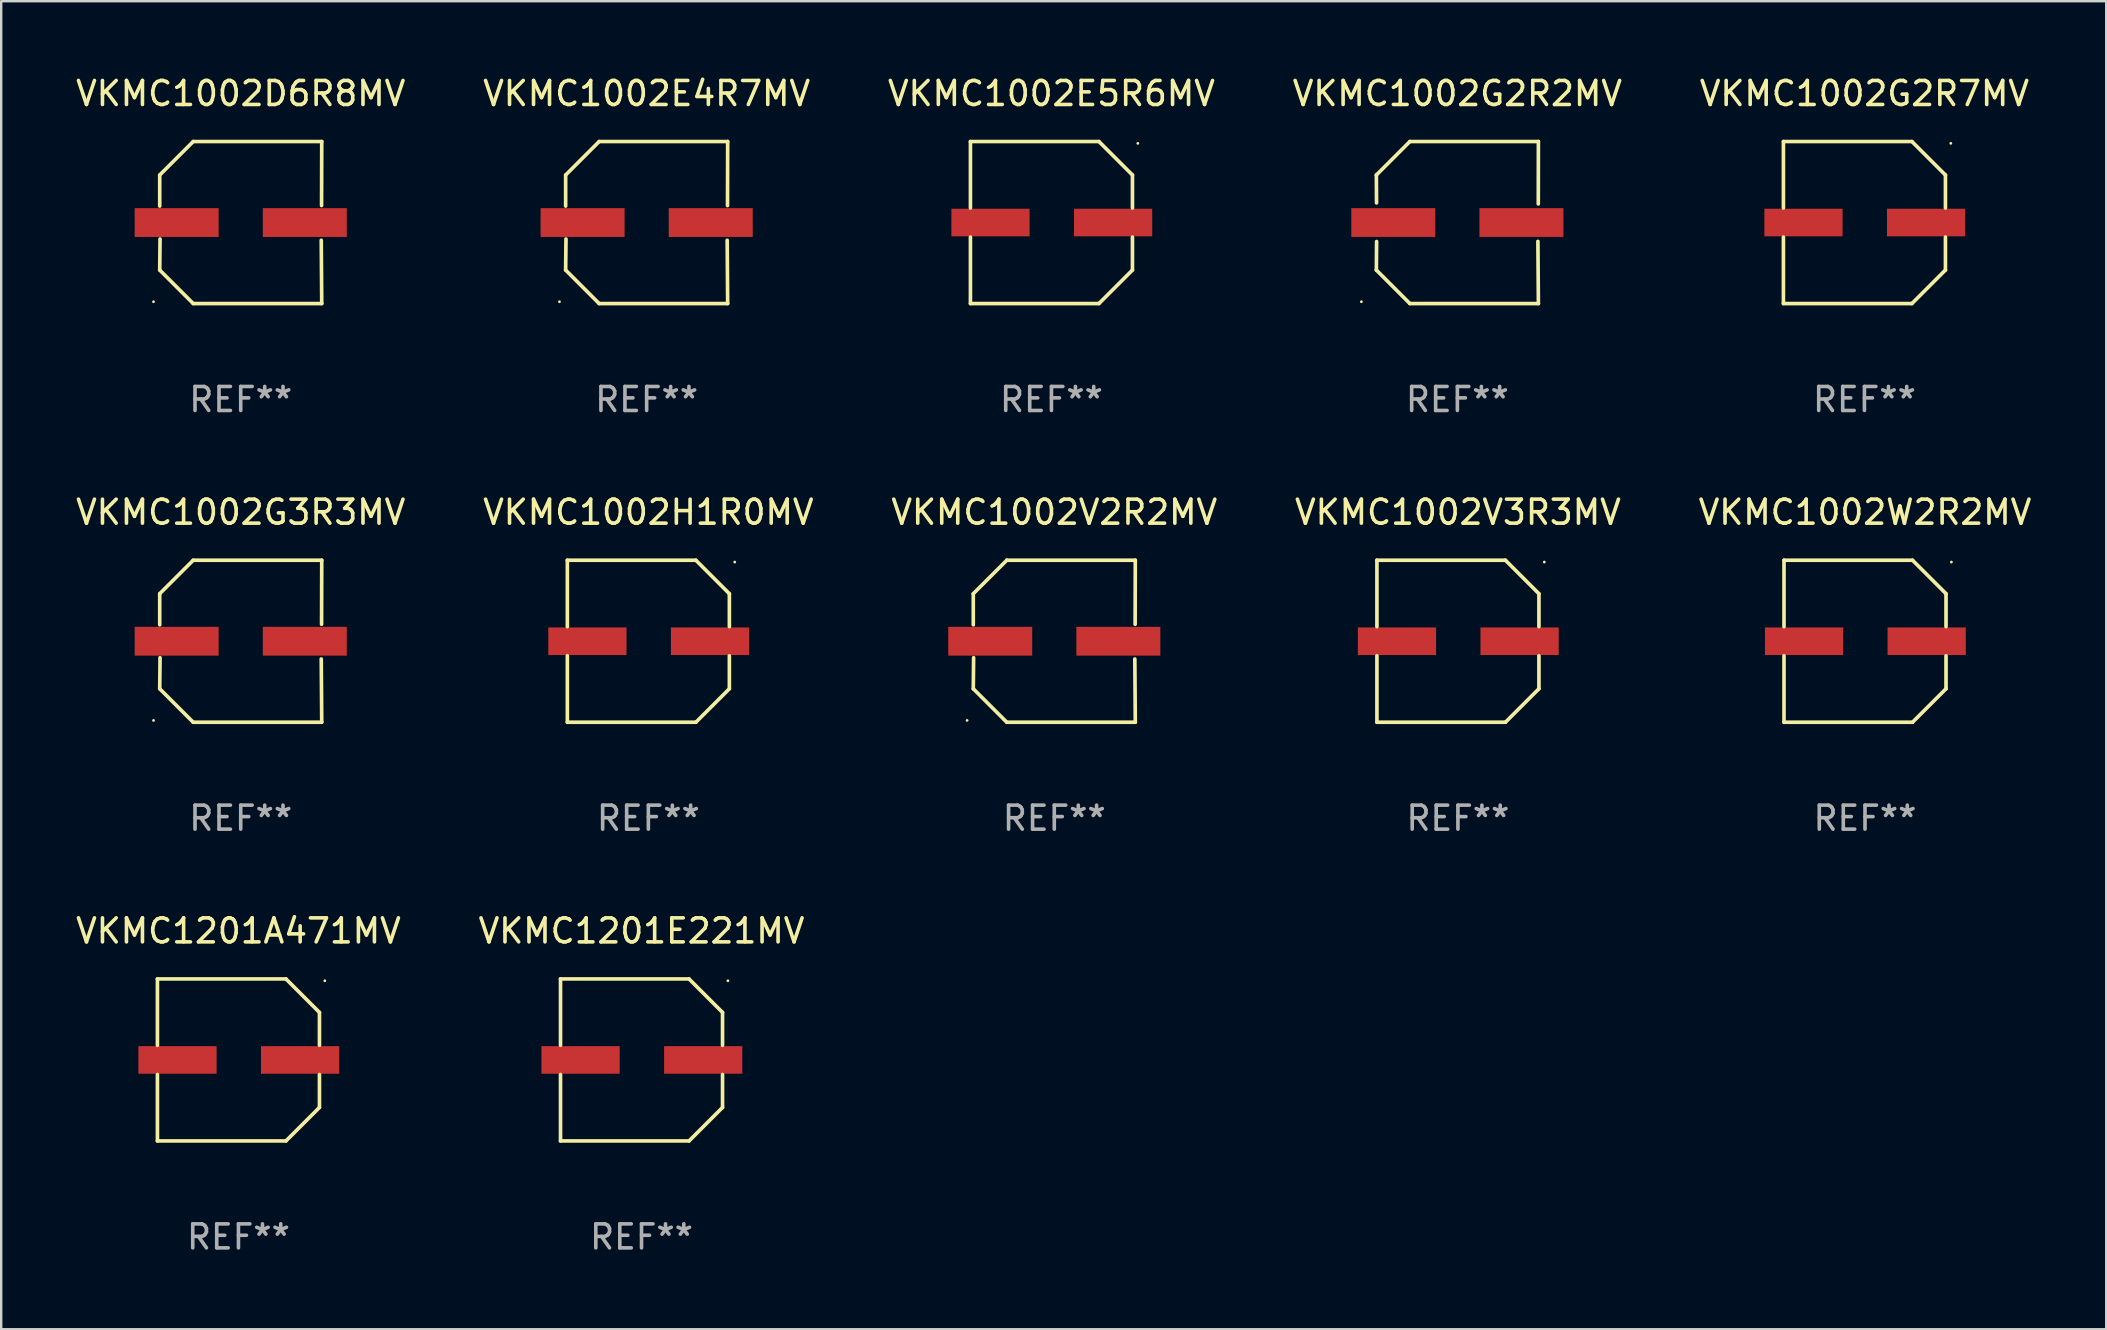
<source format=kicad_pcb>
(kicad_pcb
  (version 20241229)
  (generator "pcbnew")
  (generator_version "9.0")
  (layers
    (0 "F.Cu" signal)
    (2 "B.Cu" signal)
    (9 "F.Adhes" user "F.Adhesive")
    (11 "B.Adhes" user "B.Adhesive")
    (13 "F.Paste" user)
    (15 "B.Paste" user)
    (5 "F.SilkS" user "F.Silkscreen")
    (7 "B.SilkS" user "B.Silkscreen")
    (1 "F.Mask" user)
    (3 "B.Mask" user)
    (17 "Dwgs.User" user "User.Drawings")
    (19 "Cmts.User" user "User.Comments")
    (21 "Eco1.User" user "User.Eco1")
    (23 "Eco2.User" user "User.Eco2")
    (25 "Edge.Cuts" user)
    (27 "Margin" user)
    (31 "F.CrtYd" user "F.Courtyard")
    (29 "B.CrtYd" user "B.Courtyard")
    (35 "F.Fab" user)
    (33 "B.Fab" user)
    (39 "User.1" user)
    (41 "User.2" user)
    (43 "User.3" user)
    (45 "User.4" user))
  (footprint "VKMC1002E5R6MV"
    (layer "F.Cu")
    (at 40.768 6.224)
    (property "Reference" "VKMC1002E5R6MV" (at 0 -5.376 0) (layer "F.SilkS") (effects (font (size 1 1) (thickness 0.15))))
    (attr through_hole)
    (fp_line (start -3.376 -3.376) (end 1.98 -3.376) (stroke (width 0.152) (type solid)) (layer "F.SilkS"))
    (fp_line (start -3.376 -0.607) (end -3.376 -3.376) (stroke (width 0.152) (type solid)) (layer "F.SilkS"))
    (fp_line (start -3.376 0.607) (end -3.376 3.376) (stroke (width 0.152) (type solid)) (layer "F.SilkS"))
    (fp_line (start -3.376 3.376) (end 1.98 3.376) (stroke (width 0.152) (type solid)) (layer "F.SilkS"))
    (fp_line (start 1.98 -3.376) (end 3.376 -1.98) (stroke (width 0.152) (type solid)) (layer "F.SilkS"))
    (fp_line (start 1.98 3.376) (end 3.376 1.98) (stroke (width 0.152) (type solid)) (layer "F.SilkS"))
    (fp_line (start 3.376 -1.98) (end 3.376 -0.607) (stroke (width 0.152) (type solid)) (layer "F.SilkS"))
    (fp_line (start 3.376 1.98) (end 3.376 0.607) (stroke (width 0.152) (type solid)) (layer "F.SilkS"))
    (fp_circle (center 3.6 -3.3) (end 3.63 -3.3) (stroke (width 0.06) (type solid)) (fill no) (layer "F.SilkS"))
    (fp_text user "REF**" (at 0 7.376 0) (layer "F.Fab") (effects (font (size 1 1) (thickness 0.15))))
    (pad "1" smd rect (at 2.57 0 180) (size 3.26 1.15) (layers "F.Cu" "F.Mask" "F.Paste"))
    (pad "2" smd rect (at -2.54 0 180) (size 3.26 1.15) (layers "F.Cu" "F.Mask" "F.Paste")))
  (footprint "VKMC1002G2R7MV"
    (layer "F.Cu")
    (at 74.649 6.224)
    (property "Reference" "VKMC1002G2R7MV" (at 0 -5.376 0) (layer "F.SilkS") (effects (font (size 1 1) (thickness 0.15))))
    (attr through_hole)
    (fp_line (start -3.376 -3.376) (end 1.98 -3.376) (stroke (width 0.152) (type solid)) (layer "F.SilkS"))
    (fp_line (start -3.376 -0.607) (end -3.376 -3.376) (stroke (width 0.152) (type solid)) (layer "F.SilkS"))
    (fp_line (start -3.376 0.607) (end -3.376 3.376) (stroke (width 0.152) (type solid)) (layer "F.SilkS"))
    (fp_line (start -3.376 3.376) (end 1.98 3.376) (stroke (width 0.152) (type solid)) (layer "F.SilkS"))
    (fp_line (start 1.98 -3.376) (end 3.376 -1.98) (stroke (width 0.152) (type solid)) (layer "F.SilkS"))
    (fp_line (start 1.98 3.376) (end 3.376 1.98) (stroke (width 0.152) (type solid)) (layer "F.SilkS"))
    (fp_line (start 3.376 -1.98) (end 3.376 -0.607) (stroke (width 0.152) (type solid)) (layer "F.SilkS"))
    (fp_line (start 3.376 1.98) (end 3.376 0.607) (stroke (width 0.152) (type solid)) (layer "F.SilkS"))
    (fp_circle (center 3.6 -3.3) (end 3.63 -3.3) (stroke (width 0.06) (type solid)) (fill no) (layer "F.SilkS"))
    (fp_text user "REF**" (at 0 7.376 0) (layer "F.Fab") (effects (font (size 1 1) (thickness 0.15))))
    (pad "1" smd rect (at 2.57 0 180) (size 3.26 1.15) (layers "F.Cu" "F.Mask" "F.Paste"))
    (pad "2" smd rect (at -2.54 0 180) (size 3.26 1.15) (layers "F.Cu" "F.Mask" "F.Paste")))
  (footprint "VKMC1002D6R8MV"
    (layer "F.Cu")
    (at 6.982 6.224)
    (property "Reference" "VKMC1002D6R8MV" (at 0 -5.376 0) (layer "F.SilkS") (effects (font (size 1 1) (thickness 0.15))))
    (attr through_hole)
    (fp_line (start -3.376 -1.98) (end -3.376 -0.686) (stroke (width 0.152) (type solid)) (layer "F.SilkS"))
    (fp_line (start -3.376 1.981) (end -3.362 0.686) (stroke (width 0.152) (type solid)) (layer "F.SilkS"))
    (fp_line (start -1.981 3.376) (end -3.376 1.981) (stroke (width 0.152) (type solid)) (layer "F.SilkS"))
    (fp_line (start -1.98 -3.376) (end -3.376 -1.98) (stroke (width 0.152) (type solid)) (layer "F.SilkS"))
    (fp_line (start 3.356 0.74) (end 3.376 3.376) (stroke (width 0.152) (type solid)) (layer "F.SilkS"))
    (fp_line (start 3.369 -0.707) (end 3.376 -3.376) (stroke (width 0.152) (type solid)) (layer "F.SilkS"))
    (fp_line (start 3.376 3.376) (end -1.981 3.376) (stroke (width 0.152) (type solid)) (layer "F.SilkS"))
    (fp_line (start 3.376 -3.376) (end -1.98 -3.376) (stroke (width 0.152) (type solid)) (layer "F.SilkS"))
    (fp_circle (center -3.634 3.3) (end -3.604 3.3) (stroke (width 0.06) (type solid)) (fill no) (layer "F.SilkS"))
    (fp_text user "REF**" (at 0 7.376 0) (layer "F.Fab") (effects (font (size 1 1) (thickness 0.15))))
    (pad "1" smd rect (at -2.67 0.000254) (size 3.5 1.2) (layers "F.Cu" "F.Mask" "F.Paste"))
    (pad "2" smd rect (at 2.67 0.000254) (size 3.5 1.2) (layers "F.Cu" "F.Mask" "F.Paste")))
  (footprint "VKMC1002V3R3MV"
    (layer "F.Cu")
    (at 57.708 23.673)
    (property "Reference" "VKMC1002V3R3MV" (at 0 -5.376 0) (layer "F.SilkS") (effects (font (size 1 1) (thickness 0.15))))
    (attr through_hole)
    (fp_line (start -3.376 -3.376) (end 1.98 -3.376) (stroke (width 0.152) (type solid)) (layer "F.SilkS"))
    (fp_line (start -3.376 -0.607) (end -3.376 -3.376) (stroke (width 0.152) (type solid)) (layer "F.SilkS"))
    (fp_line (start -3.376 0.607) (end -3.376 3.376) (stroke (width 0.152) (type solid)) (layer "F.SilkS"))
    (fp_line (start -3.376 3.376) (end 1.98 3.376) (stroke (width 0.152) (type solid)) (layer "F.SilkS"))
    (fp_line (start 1.98 -3.376) (end 3.376 -1.98) (stroke (width 0.152) (type solid)) (layer "F.SilkS"))
    (fp_line (start 1.98 3.376) (end 3.376 1.98) (stroke (width 0.152) (type solid)) (layer "F.SilkS"))
    (fp_line (start 3.376 -1.98) (end 3.376 -0.607) (stroke (width 0.152) (type solid)) (layer "F.SilkS"))
    (fp_line (start 3.376 1.98) (end 3.376 0.607) (stroke (width 0.152) (type solid)) (layer "F.SilkS"))
    (fp_circle (center 3.6 -3.3) (end 3.63 -3.3) (stroke (width 0.06) (type solid)) (fill no) (layer "F.SilkS"))
    (fp_text user "REF**" (at 0 7.376 0) (layer "F.Fab") (effects (font (size 1 1) (thickness 0.15))))
    (pad "1" smd rect (at 2.57 0 180) (size 3.26 1.15) (layers "F.Cu" "F.Mask" "F.Paste"))
    (pad "2" smd rect (at -2.54 0 180) (size 3.26 1.15) (layers "F.Cu" "F.Mask" "F.Paste")))
  (footprint "VKMC1002G2R2MV"
    (layer "F.Cu")
    (at 57.685 6.224)
    (property "Reference" "VKMC1002G2R2MV" (at 0 -5.376 0) (layer "F.SilkS") (effects (font (size 1 1) (thickness 0.15))))
    (attr through_hole)
    (fp_line (start -3.376 -1.98) (end -3.369 -0.819) (stroke (width 0.152) (type solid)) (layer "F.SilkS"))
    (fp_line (start -3.376 1.981) (end -3.366 0.791) (stroke (width 0.152) (type solid)) (layer "F.SilkS"))
    (fp_line (start -1.981 3.376) (end -3.376 1.981) (stroke (width 0.152) (type solid)) (layer "F.SilkS"))
    (fp_line (start -1.98 -3.376) (end -3.376 -1.98) (stroke (width 0.152) (type solid)) (layer "F.SilkS"))
    (fp_line (start 3.356 0.785) (end 3.376 3.376) (stroke (width 0.152) (type solid)) (layer "F.SilkS"))
    (fp_line (start 3.372 -0.776) (end 3.376 -3.376) (stroke (width 0.152) (type solid)) (layer "F.SilkS"))
    (fp_line (start 3.376 3.376) (end -1.981 3.376) (stroke (width 0.152) (type solid)) (layer "F.SilkS"))
    (fp_line (start 3.376 -3.376) (end -1.98 -3.376) (stroke (width 0.152) (type solid)) (layer "F.SilkS"))
    (fp_circle (center -4 3.3) (end -3.97 3.3) (stroke (width 0.06) (type solid)) (fill no) (layer "F.SilkS"))
    (fp_text user "REF**" (at 0 7.376 0) (layer "F.Fab") (effects (font (size 1 1) (thickness 0.15))))
    (pad "1" smd rect (at -2.67 0.000203) (size 3.5 1.2) (layers "F.Cu" "F.Mask" "F.Paste"))
    (pad "2" smd rect (at 2.67 0.000203) (size 3.5 1.2) (layers "F.Cu" "F.Mask" "F.Paste")))
  (footprint "VKMC1002G3R3MV"
    (layer "F.Cu")
    (at 6.982 23.673)
    (property "Reference" "VKMC1002G3R3MV" (at 0 -5.376 0) (layer "F.SilkS") (effects (font (size 1 1) (thickness 0.15))))
    (attr through_hole)
    (fp_line (start -3.376 -1.98) (end -3.376 -0.686) (stroke (width 0.152) (type solid)) (layer "F.SilkS"))
    (fp_line (start -3.376 1.981) (end -3.362 0.686) (stroke (width 0.152) (type solid)) (layer "F.SilkS"))
    (fp_line (start -1.981 3.376) (end -3.376 1.981) (stroke (width 0.152) (type solid)) (layer "F.SilkS"))
    (fp_line (start -1.98 -3.376) (end -3.376 -1.98) (stroke (width 0.152) (type solid)) (layer "F.SilkS"))
    (fp_line (start 3.356 0.74) (end 3.376 3.376) (stroke (width 0.152) (type solid)) (layer "F.SilkS"))
    (fp_line (start 3.369 -0.707) (end 3.376 -3.376) (stroke (width 0.152) (type solid)) (layer "F.SilkS"))
    (fp_line (start 3.376 3.376) (end -1.981 3.376) (stroke (width 0.152) (type solid)) (layer "F.SilkS"))
    (fp_line (start 3.376 -3.376) (end -1.98 -3.376) (stroke (width 0.152) (type solid)) (layer "F.SilkS"))
    (fp_circle (center -3.634 3.3) (end -3.604 3.3) (stroke (width 0.06) (type solid)) (fill no) (layer "F.SilkS"))
    (fp_text user "REF**" (at 0 7.376 0) (layer "F.Fab") (effects (font (size 1 1) (thickness 0.15))))
    (pad "1" smd rect (at -2.67 0.000254) (size 3.5 1.2) (layers "F.Cu" "F.Mask" "F.Paste"))
    (pad "2" smd rect (at 2.67 0.000254) (size 3.5 1.2) (layers "F.Cu" "F.Mask" "F.Paste")))
  (footprint "VKMC1201A471MV"
    (layer "F.Cu")
    (at 6.887 41.122)
    (property "Reference" "VKMC1201A471MV" (at 0 -5.376 0) (layer "F.SilkS") (effects (font (size 1 1) (thickness 0.15))))
    (attr through_hole)
    (fp_line (start -3.376 -3.376) (end 1.98 -3.376) (stroke (width 0.152) (type solid)) (layer "F.SilkS"))
    (fp_line (start -3.376 -0.607) (end -3.376 -3.376) (stroke (width 0.152) (type solid)) (layer "F.SilkS"))
    (fp_line (start -3.376 0.607) (end -3.376 3.376) (stroke (width 0.152) (type solid)) (layer "F.SilkS"))
    (fp_line (start -3.376 3.376) (end 1.98 3.376) (stroke (width 0.152) (type solid)) (layer "F.SilkS"))
    (fp_line (start 1.98 -3.376) (end 3.376 -1.98) (stroke (width 0.152) (type solid)) (layer "F.SilkS"))
    (fp_line (start 1.98 3.376) (end 3.376 1.98) (stroke (width 0.152) (type solid)) (layer "F.SilkS"))
    (fp_line (start 3.376 -1.98) (end 3.376 -0.607) (stroke (width 0.152) (type solid)) (layer "F.SilkS"))
    (fp_line (start 3.376 1.98) (end 3.376 0.607) (stroke (width 0.152) (type solid)) (layer "F.SilkS"))
    (fp_circle (center 3.6 -3.3) (end 3.63 -3.3) (stroke (width 0.06) (type solid)) (fill no) (layer "F.SilkS"))
    (fp_text user "REF**" (at 0 7.376 0) (layer "F.Fab") (effects (font (size 1 1) (thickness 0.15))))
    (pad "1" smd rect (at 2.57 0 180) (size 3.26 1.15) (layers "F.Cu" "F.Mask" "F.Paste"))
    (pad "2" smd rect (at -2.54 0 180) (size 3.26 1.15) (layers "F.Cu" "F.Mask" "F.Paste")))
  (footprint "VKMC1201E221MV"
    (layer "F.Cu")
    (at 23.685 41.122)
    (property "Reference" "VKMC1201E221MV" (at 0 -5.376 0) (layer "F.SilkS") (effects (font (size 1 1) (thickness 0.15))))
    (attr through_hole)
    (fp_line (start -3.376 -3.376) (end 1.98 -3.376) (stroke (width 0.152) (type solid)) (layer "F.SilkS"))
    (fp_line (start -3.376 -0.607) (end -3.376 -3.376) (stroke (width 0.152) (type solid)) (layer "F.SilkS"))
    (fp_line (start -3.376 0.607) (end -3.376 3.376) (stroke (width 0.152) (type solid)) (layer "F.SilkS"))
    (fp_line (start -3.376 3.376) (end 1.98 3.376) (stroke (width 0.152) (type solid)) (layer "F.SilkS"))
    (fp_line (start 1.98 -3.376) (end 3.376 -1.98) (stroke (width 0.152) (type solid)) (layer "F.SilkS"))
    (fp_line (start 1.98 3.376) (end 3.376 1.98) (stroke (width 0.152) (type solid)) (layer "F.SilkS"))
    (fp_line (start 3.376 -1.98) (end 3.376 -0.607) (stroke (width 0.152) (type solid)) (layer "F.SilkS"))
    (fp_line (start 3.376 1.98) (end 3.376 0.607) (stroke (width 0.152) (type solid)) (layer "F.SilkS"))
    (fp_circle (center 3.6 -3.3) (end 3.63 -3.3) (stroke (width 0.06) (type solid)) (fill no) (layer "F.SilkS"))
    (fp_text user "REF**" (at 0 7.376 0) (layer "F.Fab") (effects (font (size 1 1) (thickness 0.15))))
    (pad "1" smd rect (at 2.57 0 180) (size 3.26 1.15) (layers "F.Cu" "F.Mask" "F.Paste"))
    (pad "2" smd rect (at -2.54 0 180) (size 3.26 1.15) (layers "F.Cu" "F.Mask" "F.Paste")))
  (footprint "VKMC1002V2R2MV"
    (layer "F.Cu")
    (at 40.887 23.673)
    (property "Reference" "VKMC1002V2R2MV" (at 0 -5.376 0) (layer "F.SilkS") (effects (font (size 1 1) (thickness 0.15))))
    (attr through_hole)
    (fp_line (start -3.376 -1.98) (end -3.376 -0.686) (stroke (width 0.152) (type solid)) (layer "F.SilkS"))
    (fp_line (start -3.376 1.981) (end -3.362 0.686) (stroke (width 0.152) (type solid)) (layer "F.SilkS"))
    (fp_line (start -1.981 3.376) (end -3.376 1.981) (stroke (width 0.152) (type solid)) (layer "F.SilkS"))
    (fp_line (start -1.98 -3.376) (end -3.376 -1.98) (stroke (width 0.152) (type solid)) (layer "F.SilkS"))
    (fp_line (start 3.356 0.74) (end 3.376 3.376) (stroke (width 0.152) (type solid)) (layer "F.SilkS"))
    (fp_line (start 3.369 -0.707) (end 3.376 -3.376) (stroke (width 0.152) (type solid)) (layer "F.SilkS"))
    (fp_line (start 3.376 3.376) (end -1.981 3.376) (stroke (width 0.152) (type solid)) (layer "F.SilkS"))
    (fp_line (start 3.376 -3.376) (end -1.98 -3.376) (stroke (width 0.152) (type solid)) (layer "F.SilkS"))
    (fp_circle (center -3.634 3.3) (end -3.604 3.3) (stroke (width 0.06) (type solid)) (fill no) (layer "F.SilkS"))
    (fp_text user "REF**" (at 0 7.376 0) (layer "F.Fab") (effects (font (size 1 1) (thickness 0.15))))
    (pad "1" smd rect (at -2.67 0.000254) (size 3.5 1.2) (layers "F.Cu" "F.Mask" "F.Paste"))
    (pad "2" smd rect (at 2.67 0.000254) (size 3.5 1.2) (layers "F.Cu" "F.Mask" "F.Paste")))
  (footprint "VKMC1002E4R7MV"
    (layer "F.Cu")
    (at 23.899 6.224)
    (property "Reference" "VKMC1002E4R7MV" (at 0 -5.376 0) (layer "F.SilkS") (effects (font (size 1 1) (thickness 0.15))))
    (attr through_hole)
    (fp_line (start -3.376 -1.98) (end -3.376 -0.686) (stroke (width 0.152) (type solid)) (layer "F.SilkS"))
    (fp_line (start -3.376 1.981) (end -3.362 0.686) (stroke (width 0.152) (type solid)) (layer "F.SilkS"))
    (fp_line (start -1.981 3.376) (end -3.376 1.981) (stroke (width 0.152) (type solid)) (layer "F.SilkS"))
    (fp_line (start -1.98 -3.376) (end -3.376 -1.98) (stroke (width 0.152) (type solid)) (layer "F.SilkS"))
    (fp_line (start 3.356 0.74) (end 3.376 3.376) (stroke (width 0.152) (type solid)) (layer "F.SilkS"))
    (fp_line (start 3.369 -0.707) (end 3.376 -3.376) (stroke (width 0.152) (type solid)) (layer "F.SilkS"))
    (fp_line (start 3.376 3.376) (end -1.981 3.376) (stroke (width 0.152) (type solid)) (layer "F.SilkS"))
    (fp_line (start 3.376 -3.376) (end -1.98 -3.376) (stroke (width 0.152) (type solid)) (layer "F.SilkS"))
    (fp_circle (center -3.634 3.3) (end -3.604 3.3) (stroke (width 0.06) (type solid)) (fill no) (layer "F.SilkS"))
    (fp_text user "REF**" (at 0 7.376 0) (layer "F.Fab") (effects (font (size 1 1) (thickness 0.15))))
    (pad "1" smd rect (at -2.67 0.000254) (size 3.5 1.2) (layers "F.Cu" "F.Mask" "F.Paste"))
    (pad "2" smd rect (at 2.67 0.000254) (size 3.5 1.2) (layers "F.Cu" "F.Mask" "F.Paste")))
  (footprint "VKMC1002W2R2MV"
    (layer "F.Cu")
    (at 74.673 23.673)
    (property "Reference" "VKMC1002W2R2MV" (at 0 -5.376 0) (layer "F.SilkS") (effects (font (size 1 1) (thickness 0.15))))
    (attr through_hole)
    (fp_line (start -3.376 -3.376) (end 1.98 -3.376) (stroke (width 0.152) (type solid)) (layer "F.SilkS"))
    (fp_line (start -3.376 -0.607) (end -3.376 -3.376) (stroke (width 0.152) (type solid)) (layer "F.SilkS"))
    (fp_line (start -3.376 0.607) (end -3.376 3.376) (stroke (width 0.152) (type solid)) (layer "F.SilkS"))
    (fp_line (start -3.376 3.376) (end 1.98 3.376) (stroke (width 0.152) (type solid)) (layer "F.SilkS"))
    (fp_line (start 1.98 -3.376) (end 3.376 -1.98) (stroke (width 0.152) (type solid)) (layer "F.SilkS"))
    (fp_line (start 1.98 3.376) (end 3.376 1.98) (stroke (width 0.152) (type solid)) (layer "F.SilkS"))
    (fp_line (start 3.376 -1.98) (end 3.376 -0.607) (stroke (width 0.152) (type solid)) (layer "F.SilkS"))
    (fp_line (start 3.376 1.98) (end 3.376 0.607) (stroke (width 0.152) (type solid)) (layer "F.SilkS"))
    (fp_circle (center 3.6 -3.3) (end 3.63 -3.3) (stroke (width 0.06) (type solid)) (fill no) (layer "F.SilkS"))
    (fp_text user "REF**" (at 0 7.376 0) (layer "F.Fab") (effects (font (size 1 1) (thickness 0.15))))
    (pad "1" smd rect (at 2.57 0 180) (size 3.26 1.15) (layers "F.Cu" "F.Mask" "F.Paste"))
    (pad "2" smd rect (at -2.54 0 180) (size 3.26 1.15) (layers "F.Cu" "F.Mask" "F.Paste")))
  (footprint "VKMC1002H1R0MV"
    (layer "F.Cu")
    (at 23.97 23.673)
    (property "Reference" "VKMC1002H1R0MV" (at 0 -5.376 0) (layer "F.SilkS") (effects (font (size 1 1) (thickness 0.15))))
    (attr through_hole)
    (fp_line (start -3.376 -3.376) (end 1.98 -3.376) (stroke (width 0.152) (type solid)) (layer "F.SilkS"))
    (fp_line (start -3.376 -0.607) (end -3.376 -3.376) (stroke (width 0.152) (type solid)) (layer "F.SilkS"))
    (fp_line (start -3.376 0.607) (end -3.376 3.376) (stroke (width 0.152) (type solid)) (layer "F.SilkS"))
    (fp_line (start -3.376 3.376) (end 1.98 3.376) (stroke (width 0.152) (type solid)) (layer "F.SilkS"))
    (fp_line (start 1.98 -3.376) (end 3.376 -1.98) (stroke (width 0.152) (type solid)) (layer "F.SilkS"))
    (fp_line (start 1.98 3.376) (end 3.376 1.98) (stroke (width 0.152) (type solid)) (layer "F.SilkS"))
    (fp_line (start 3.376 -1.98) (end 3.376 -0.607) (stroke (width 0.152) (type solid)) (layer "F.SilkS"))
    (fp_line (start 3.376 1.98) (end 3.376 0.607) (stroke (width 0.152) (type solid)) (layer "F.SilkS"))
    (fp_circle (center 3.6 -3.3) (end 3.63 -3.3) (stroke (width 0.06) (type solid)) (fill no) (layer "F.SilkS"))
    (fp_text user "REF**" (at 0 7.376 0) (layer "F.Fab") (effects (font (size 1 1) (thickness 0.15))))
    (pad "1" smd rect (at 2.57 0 180) (size 3.26 1.15) (layers "F.Cu" "F.Mask" "F.Paste"))
    (pad "2" smd rect (at -2.54 0 180) (size 3.26 1.15) (layers "F.Cu" "F.Mask" "F.Paste")))
  (gr_rect
    (start -3 -3)
    (end 84.726 52.347)
    (stroke (width 0.1) (type default))
    (fill no)
    (layer "Edge.Cuts")))
</source>
